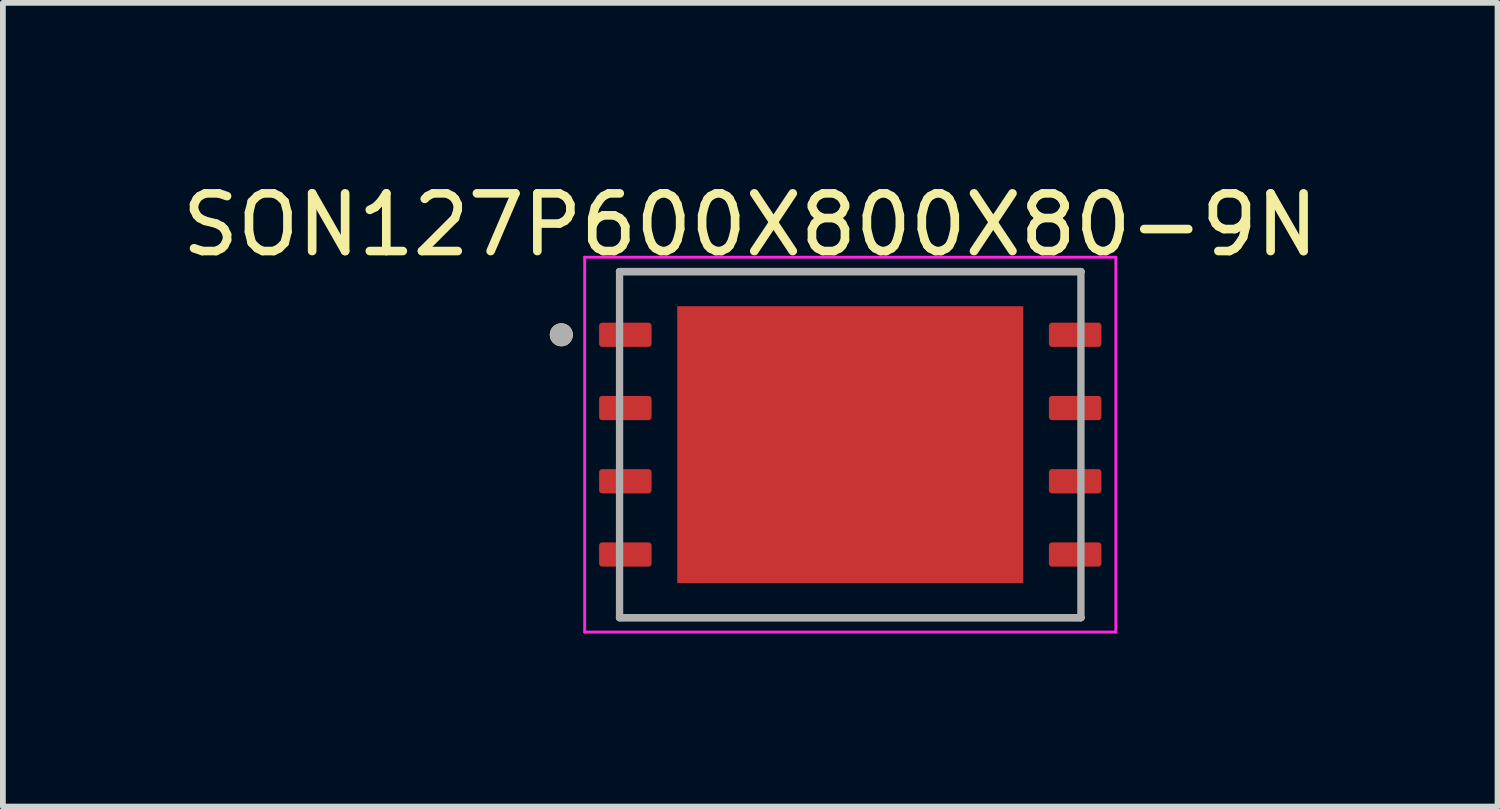
<source format=kicad_pcb>
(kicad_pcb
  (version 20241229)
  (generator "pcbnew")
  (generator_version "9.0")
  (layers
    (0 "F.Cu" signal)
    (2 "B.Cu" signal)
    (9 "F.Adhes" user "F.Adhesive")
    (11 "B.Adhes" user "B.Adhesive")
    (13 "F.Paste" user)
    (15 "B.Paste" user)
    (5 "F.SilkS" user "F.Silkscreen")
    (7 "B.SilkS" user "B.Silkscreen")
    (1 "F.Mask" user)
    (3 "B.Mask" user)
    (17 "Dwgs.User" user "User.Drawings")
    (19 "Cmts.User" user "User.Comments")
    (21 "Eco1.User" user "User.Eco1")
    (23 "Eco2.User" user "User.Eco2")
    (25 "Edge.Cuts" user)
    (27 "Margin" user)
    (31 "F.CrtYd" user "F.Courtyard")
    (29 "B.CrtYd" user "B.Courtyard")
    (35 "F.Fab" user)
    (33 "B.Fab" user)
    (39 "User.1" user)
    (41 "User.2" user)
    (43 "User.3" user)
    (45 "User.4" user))
  (footprint "SON127P600X800X80-9N"
    (layer "F.Cu")
    (at 11.693 4.66)
    (property "Reference" "SON127P600X800X80-9N" (at -1.735 -3.812 0) (layer "F.SilkS") (effects (font (size 1 1) (thickness 0.15))))
    (attr smd)
    (fp_line (start -4 -3) (end 4 -3) (stroke (width 0.127) (type solid)) (layer "F.SilkS"))
    (fp_line (start -4 3) (end 4 3) (stroke (width 0.127) (type solid)) (layer "F.SilkS"))
    (fp_circle (center -5.01 -1.905) (end -4.91 -1.905) (stroke (width 0.2) (type solid)) (fill no) (layer "F.SilkS"))
    (fp_poly (pts (xy -2.45 -1.96) (xy -0.55 -1.96) (xy -0.55 -0.44) (xy -2.45 -0.44)) (stroke (width 0.01) (type solid)) (fill yes) (layer "F.Paste"))
    (fp_poly (pts (xy -2.45 0.44) (xy -0.55 0.44) (xy -0.55 1.96) (xy -2.45 1.96)) (stroke (width 0.01) (type solid)) (fill yes) (layer "F.Paste"))
    (fp_poly (pts (xy 0.55 -1.96) (xy 2.45 -1.96) (xy 2.45 -0.44) (xy 0.55 -0.44)) (stroke (width 0.01) (type solid)) (fill yes) (layer "F.Paste"))
    (fp_poly (pts (xy 0.55 0.44) (xy 2.45 0.44) (xy 2.45 1.96) (xy 0.55 1.96)) (stroke (width 0.01) (type solid)) (fill yes) (layer "F.Paste"))
    (fp_line (start -4.605 -3.25) (end -4.605 3.25) (stroke (width 0.05) (type solid)) (layer "F.CrtYd"))
    (fp_line (start -4.605 -3.25) (end 4.605 -3.25) (stroke (width 0.05) (type solid)) (layer "F.CrtYd"))
    (fp_line (start -4.605 3.25) (end 4.605 3.25) (stroke (width 0.05) (type solid)) (layer "F.CrtYd"))
    (fp_line (start 4.605 -3.25) (end 4.605 3.25) (stroke (width 0.05) (type solid)) (layer "F.CrtYd"))
    (fp_line (start -4 -3) (end -4 3) (stroke (width 0.127) (type solid)) (layer "F.Fab"))
    (fp_line (start -4 -3) (end 4 -3) (stroke (width 0.127) (type solid)) (layer "F.Fab"))
    (fp_line (start -4 3) (end 4 3) (stroke (width 0.127) (type solid)) (layer "F.Fab"))
    (fp_line (start 4 -3) (end 4 3) (stroke (width 0.127) (type solid)) (layer "F.Fab"))
    (fp_circle (center -5.01 -1.905) (end -4.91 -1.905) (stroke (width 0.2) (type solid)) (fill no) (layer "F.Fab"))
    (pad "1" smd roundrect (at -3.9 -1.905) (size 0.91 0.42) (layers "F.Cu" "F.Mask" "F.Paste") (roundrect_rratio 0.125))
    (pad "2" smd roundrect (at -3.9 -0.635) (size 0.91 0.42) (layers "F.Cu" "F.Mask" "F.Paste") (roundrect_rratio 0.125))
    (pad "3" smd roundrect (at -3.9 0.635) (size 0.91 0.42) (layers "F.Cu" "F.Mask" "F.Paste") (roundrect_rratio 0.125))
    (pad "4" smd roundrect (at -3.9 1.905) (size 0.91 0.42) (layers "F.Cu" "F.Mask" "F.Paste") (roundrect_rratio 0.125))
    (pad "5" smd roundrect (at 3.9 1.905) (size 0.91 0.42) (layers "F.Cu" "F.Mask" "F.Paste") (roundrect_rratio 0.125))
    (pad "6" smd roundrect (at 3.9 0.635) (size 0.91 0.42) (layers "F.Cu" "F.Mask" "F.Paste") (roundrect_rratio 0.125))
    (pad "7" smd roundrect (at 3.9 -0.635) (size 0.91 0.42) (layers "F.Cu" "F.Mask" "F.Paste") (roundrect_rratio 0.125))
    (pad "8" smd roundrect (at 3.9 -1.905) (size 0.91 0.42) (layers "F.Cu" "F.Mask" "F.Paste") (roundrect_rratio 0.125))
    (pad "9" smd rect (at 0 0) (size 6 4.8) (layers "F.Cu" "F.Mask")))
  (gr_rect
    (start -3 -3)
    (end 22.917 10.935)
    (stroke (width 0.1) (type default))
    (fill no)
    (layer "Edge.Cuts")))
</source>
